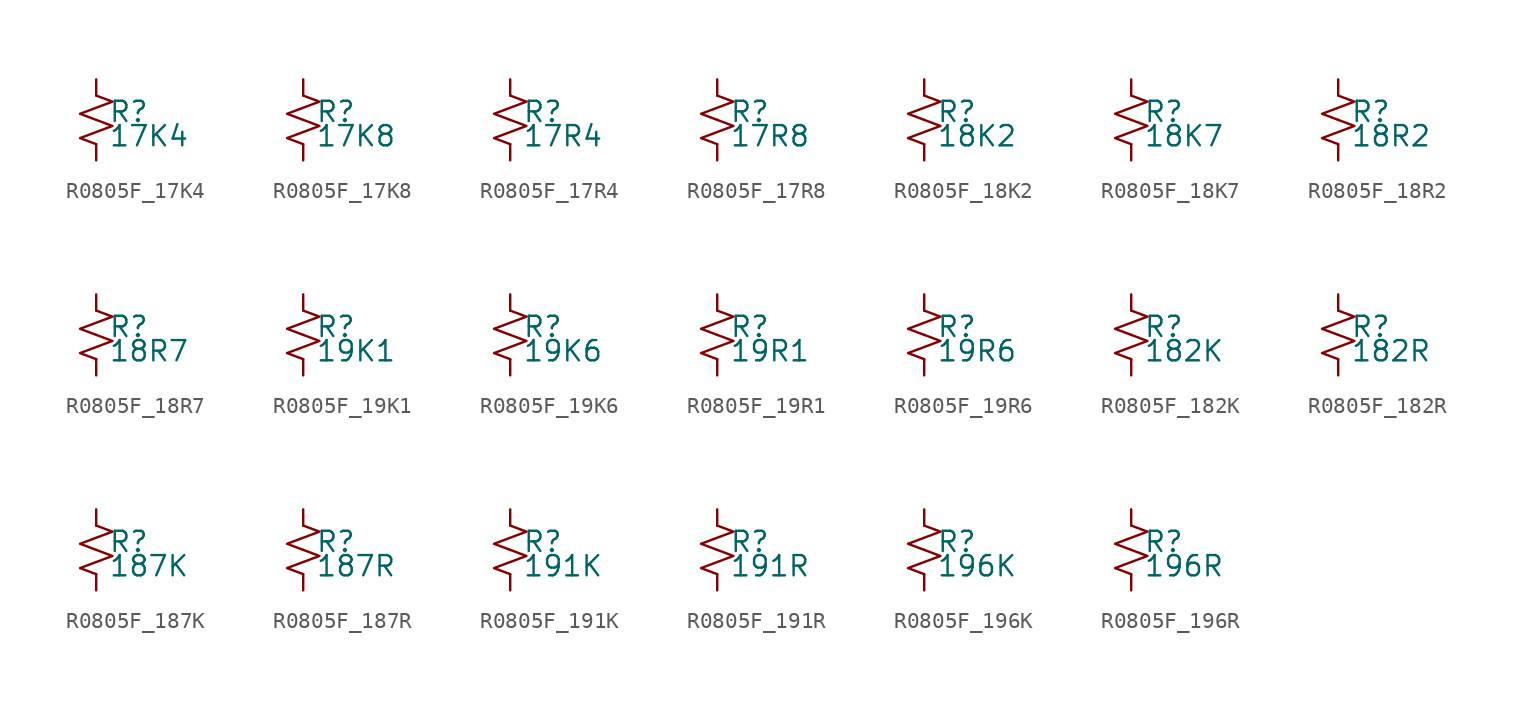
<source format=kicad_sym>
(kicad_symbol_lib
  (version 20220914)
  (generator kicad_symbol_editor)
  (symbol "R0805F_17K4"
    (pin_numbers hide)
    (pin_names
      (offset 0.254) hide)
    (property "Reference" "R"
      (at 0.762 0.508 0)
      (effects (font (size 1.27 1.27)) (justify left)))
    (property "Value" "17K4"
      (at 0.762 -1.016 0)
      (effects (font (size 1.27 1.27)) (justify left)))
    (symbol "R0805F_17K4_1_1"
      (polyline (pts (xy 0 0) (xy 1.016 -0.381) (xy 0 -0.762) (xy -1.016 -1.143) (xy 0 -1.524)) (stroke (width 0) (type default)) (fill (type none)))
      (polyline (pts (xy 0 1.524) (xy 1.016 1.143) (xy 0 0.762) (xy -1.016 0.381) (xy 0 0)) (stroke (width 0) (type default)) (fill (type none)))
      (pin passive line (at 0 2.54 270) (length 1.016) (name "~" (effects (font (size 1.27 1.27)))) (number "1" (effects (font (size 1.27 1.27)))))
      (pin passive line (at 0 -2.54 90) (length 1.016) (name "~" (effects (font (size 1.27 1.27)))) (number "2" (effects (font (size 1.27 1.27)))))))
  (symbol "R0805F_17K8"
    (pin_numbers hide)
    (pin_names
      (offset 0.254) hide)
    (property "Reference" "R"
      (at 0.762 0.508 0)
      (effects (font (size 1.27 1.27)) (justify left)))
    (property "Value" "17K8"
      (at 0.762 -1.016 0)
      (effects (font (size 1.27 1.27)) (justify left)))
    (symbol "R0805F_17K8_1_1"
      (polyline (pts (xy 0 0) (xy 1.016 -0.381) (xy 0 -0.762) (xy -1.016 -1.143) (xy 0 -1.524)) (stroke (width 0) (type default)) (fill (type none)))
      (polyline (pts (xy 0 1.524) (xy 1.016 1.143) (xy 0 0.762) (xy -1.016 0.381) (xy 0 0)) (stroke (width 0) (type default)) (fill (type none)))
      (pin passive line (at 0 2.54 270) (length 1.016) (name "~" (effects (font (size 1.27 1.27)))) (number "1" (effects (font (size 1.27 1.27)))))
      (pin passive line (at 0 -2.54 90) (length 1.016) (name "~" (effects (font (size 1.27 1.27)))) (number "2" (effects (font (size 1.27 1.27)))))))
  (symbol "R0805F_17R4"
    (pin_numbers hide)
    (pin_names
      (offset 0.254) hide)
    (property "Reference" "R"
      (at 0.762 0.508 0)
      (effects (font (size 1.27 1.27)) (justify left)))
    (property "Value" "17R4"
      (at 0.762 -1.016 0)
      (effects (font (size 1.27 1.27)) (justify left)))
    (symbol "R0805F_17R4_1_1"
      (polyline (pts (xy 0 0) (xy 1.016 -0.381) (xy 0 -0.762) (xy -1.016 -1.143) (xy 0 -1.524)) (stroke (width 0) (type default)) (fill (type none)))
      (polyline (pts (xy 0 1.524) (xy 1.016 1.143) (xy 0 0.762) (xy -1.016 0.381) (xy 0 0)) (stroke (width 0) (type default)) (fill (type none)))
      (pin passive line (at 0 2.54 270) (length 1.016) (name "~" (effects (font (size 1.27 1.27)))) (number "1" (effects (font (size 1.27 1.27)))))
      (pin passive line (at 0 -2.54 90) (length 1.016) (name "~" (effects (font (size 1.27 1.27)))) (number "2" (effects (font (size 1.27 1.27)))))))
  (symbol "R0805F_17R8"
    (pin_numbers hide)
    (pin_names
      (offset 0.254) hide)
    (property "Reference" "R"
      (at 0.762 0.508 0)
      (effects (font (size 1.27 1.27)) (justify left)))
    (property "Value" "17R8"
      (at 0.762 -1.016 0)
      (effects (font (size 1.27 1.27)) (justify left)))
    (symbol "R0805F_17R8_1_1"
      (polyline (pts (xy 0 0) (xy 1.016 -0.381) (xy 0 -0.762) (xy -1.016 -1.143) (xy 0 -1.524)) (stroke (width 0) (type default)) (fill (type none)))
      (polyline (pts (xy 0 1.524) (xy 1.016 1.143) (xy 0 0.762) (xy -1.016 0.381) (xy 0 0)) (stroke (width 0) (type default)) (fill (type none)))
      (pin passive line (at 0 2.54 270) (length 1.016) (name "~" (effects (font (size 1.27 1.27)))) (number "1" (effects (font (size 1.27 1.27)))))
      (pin passive line (at 0 -2.54 90) (length 1.016) (name "~" (effects (font (size 1.27 1.27)))) (number "2" (effects (font (size 1.27 1.27)))))))
  (symbol "R0805F_18K2"
    (pin_numbers hide)
    (pin_names
      (offset 0.254) hide)
    (property "Reference" "R"
      (at 0.762 0.508 0)
      (effects (font (size 1.27 1.27)) (justify left)))
    (property "Value" "18K2"
      (at 0.762 -1.016 0)
      (effects (font (size 1.27 1.27)) (justify left)))
    (symbol "R0805F_18K2_1_1"
      (polyline (pts (xy 0 0) (xy 1.016 -0.381) (xy 0 -0.762) (xy -1.016 -1.143) (xy 0 -1.524)) (stroke (width 0) (type default)) (fill (type none)))
      (polyline (pts (xy 0 1.524) (xy 1.016 1.143) (xy 0 0.762) (xy -1.016 0.381) (xy 0 0)) (stroke (width 0) (type default)) (fill (type none)))
      (pin passive line (at 0 2.54 270) (length 1.016) (name "~" (effects (font (size 1.27 1.27)))) (number "1" (effects (font (size 1.27 1.27)))))
      (pin passive line (at 0 -2.54 90) (length 1.016) (name "~" (effects (font (size 1.27 1.27)))) (number "2" (effects (font (size 1.27 1.27)))))))
  (symbol "R0805F_18K7"
    (pin_numbers hide)
    (pin_names
      (offset 0.254) hide)
    (property "Reference" "R"
      (at 0.762 0.508 0)
      (effects (font (size 1.27 1.27)) (justify left)))
    (property "Value" "18K7"
      (at 0.762 -1.016 0)
      (effects (font (size 1.27 1.27)) (justify left)))
    (symbol "R0805F_18K7_1_1"
      (polyline (pts (xy 0 0) (xy 1.016 -0.381) (xy 0 -0.762) (xy -1.016 -1.143) (xy 0 -1.524)) (stroke (width 0) (type default)) (fill (type none)))
      (polyline (pts (xy 0 1.524) (xy 1.016 1.143) (xy 0 0.762) (xy -1.016 0.381) (xy 0 0)) (stroke (width 0) (type default)) (fill (type none)))
      (pin passive line (at 0 2.54 270) (length 1.016) (name "~" (effects (font (size 1.27 1.27)))) (number "1" (effects (font (size 1.27 1.27)))))
      (pin passive line (at 0 -2.54 90) (length 1.016) (name "~" (effects (font (size 1.27 1.27)))) (number "2" (effects (font (size 1.27 1.27)))))))
  (symbol "R0805F_18R2"
    (pin_numbers hide)
    (pin_names
      (offset 0.254) hide)
    (property "Reference" "R"
      (at 0.762 0.508 0)
      (effects (font (size 1.27 1.27)) (justify left)))
    (property "Value" "18R2"
      (at 0.762 -1.016 0)
      (effects (font (size 1.27 1.27)) (justify left)))
    (symbol "R0805F_18R2_1_1"
      (polyline (pts (xy 0 0) (xy 1.016 -0.381) (xy 0 -0.762) (xy -1.016 -1.143) (xy 0 -1.524)) (stroke (width 0) (type default)) (fill (type none)))
      (polyline (pts (xy 0 1.524) (xy 1.016 1.143) (xy 0 0.762) (xy -1.016 0.381) (xy 0 0)) (stroke (width 0) (type default)) (fill (type none)))
      (pin passive line (at 0 2.54 270) (length 1.016) (name "~" (effects (font (size 1.27 1.27)))) (number "1" (effects (font (size 1.27 1.27)))))
      (pin passive line (at 0 -2.54 90) (length 1.016) (name "~" (effects (font (size 1.27 1.27)))) (number "2" (effects (font (size 1.27 1.27)))))))
  (symbol "R0805F_18R7"
    (pin_numbers hide)
    (pin_names
      (offset 0.254) hide)
    (property "Reference" "R"
      (at 0.762 0.508 0)
      (effects (font (size 1.27 1.27)) (justify left)))
    (property "Value" "18R7"
      (at 0.762 -1.016 0)
      (effects (font (size 1.27 1.27)) (justify left)))
    (symbol "R0805F_18R7_1_1"
      (polyline (pts (xy 0 0) (xy 1.016 -0.381) (xy 0 -0.762) (xy -1.016 -1.143) (xy 0 -1.524)) (stroke (width 0) (type default)) (fill (type none)))
      (polyline (pts (xy 0 1.524) (xy 1.016 1.143) (xy 0 0.762) (xy -1.016 0.381) (xy 0 0)) (stroke (width 0) (type default)) (fill (type none)))
      (pin passive line (at 0 2.54 270) (length 1.016) (name "~" (effects (font (size 1.27 1.27)))) (number "1" (effects (font (size 1.27 1.27)))))
      (pin passive line (at 0 -2.54 90) (length 1.016) (name "~" (effects (font (size 1.27 1.27)))) (number "2" (effects (font (size 1.27 1.27)))))))
  (symbol "R0805F_19K1"
    (pin_numbers hide)
    (pin_names
      (offset 0.254) hide)
    (property "Reference" "R"
      (at 0.762 0.508 0)
      (effects (font (size 1.27 1.27)) (justify left)))
    (property "Value" "19K1"
      (at 0.762 -1.016 0)
      (effects (font (size 1.27 1.27)) (justify left)))
    (symbol "R0805F_19K1_1_1"
      (polyline (pts (xy 0 0) (xy 1.016 -0.381) (xy 0 -0.762) (xy -1.016 -1.143) (xy 0 -1.524)) (stroke (width 0) (type default)) (fill (type none)))
      (polyline (pts (xy 0 1.524) (xy 1.016 1.143) (xy 0 0.762) (xy -1.016 0.381) (xy 0 0)) (stroke (width 0) (type default)) (fill (type none)))
      (pin passive line (at 0 2.54 270) (length 1.016) (name "~" (effects (font (size 1.27 1.27)))) (number "1" (effects (font (size 1.27 1.27)))))
      (pin passive line (at 0 -2.54 90) (length 1.016) (name "~" (effects (font (size 1.27 1.27)))) (number "2" (effects (font (size 1.27 1.27)))))))
  (symbol "R0805F_19K6"
    (pin_numbers hide)
    (pin_names
      (offset 0.254) hide)
    (property "Reference" "R"
      (at 0.762 0.508 0)
      (effects (font (size 1.27 1.27)) (justify left)))
    (property "Value" "19K6"
      (at 0.762 -1.016 0)
      (effects (font (size 1.27 1.27)) (justify left)))
    (symbol "R0805F_19K6_1_1"
      (polyline (pts (xy 0 0) (xy 1.016 -0.381) (xy 0 -0.762) (xy -1.016 -1.143) (xy 0 -1.524)) (stroke (width 0) (type default)) (fill (type none)))
      (polyline (pts (xy 0 1.524) (xy 1.016 1.143) (xy 0 0.762) (xy -1.016 0.381) (xy 0 0)) (stroke (width 0) (type default)) (fill (type none)))
      (pin passive line (at 0 2.54 270) (length 1.016) (name "~" (effects (font (size 1.27 1.27)))) (number "1" (effects (font (size 1.27 1.27)))))
      (pin passive line (at 0 -2.54 90) (length 1.016) (name "~" (effects (font (size 1.27 1.27)))) (number "2" (effects (font (size 1.27 1.27)))))))
  (symbol "R0805F_19R1"
    (pin_numbers hide)
    (pin_names
      (offset 0.254) hide)
    (property "Reference" "R"
      (at 0.762 0.508 0)
      (effects (font (size 1.27 1.27)) (justify left)))
    (property "Value" "19R1"
      (at 0.762 -1.016 0)
      (effects (font (size 1.27 1.27)) (justify left)))
    (symbol "R0805F_19R1_1_1"
      (polyline (pts (xy 0 0) (xy 1.016 -0.381) (xy 0 -0.762) (xy -1.016 -1.143) (xy 0 -1.524)) (stroke (width 0) (type default)) (fill (type none)))
      (polyline (pts (xy 0 1.524) (xy 1.016 1.143) (xy 0 0.762) (xy -1.016 0.381) (xy 0 0)) (stroke (width 0) (type default)) (fill (type none)))
      (pin passive line (at 0 2.54 270) (length 1.016) (name "~" (effects (font (size 1.27 1.27)))) (number "1" (effects (font (size 1.27 1.27)))))
      (pin passive line (at 0 -2.54 90) (length 1.016) (name "~" (effects (font (size 1.27 1.27)))) (number "2" (effects (font (size 1.27 1.27)))))))
  (symbol "R0805F_19R6"
    (pin_numbers hide)
    (pin_names
      (offset 0.254) hide)
    (property "Reference" "R"
      (at 0.762 0.508 0)
      (effects (font (size 1.27 1.27)) (justify left)))
    (property "Value" "19R6"
      (at 0.762 -1.016 0)
      (effects (font (size 1.27 1.27)) (justify left)))
    (symbol "R0805F_19R6_1_1"
      (polyline (pts (xy 0 0) (xy 1.016 -0.381) (xy 0 -0.762) (xy -1.016 -1.143) (xy 0 -1.524)) (stroke (width 0) (type default)) (fill (type none)))
      (polyline (pts (xy 0 1.524) (xy 1.016 1.143) (xy 0 0.762) (xy -1.016 0.381) (xy 0 0)) (stroke (width 0) (type default)) (fill (type none)))
      (pin passive line (at 0 2.54 270) (length 1.016) (name "~" (effects (font (size 1.27 1.27)))) (number "1" (effects (font (size 1.27 1.27)))))
      (pin passive line (at 0 -2.54 90) (length 1.016) (name "~" (effects (font (size 1.27 1.27)))) (number "2" (effects (font (size 1.27 1.27)))))))
  (symbol "R0805F_182K"
    (pin_numbers hide)
    (pin_names
      (offset 0.254) hide)
    (property "Reference" "R"
      (at 0.762 0.508 0)
      (effects (font (size 1.27 1.27)) (justify left)))
    (property "Value" "182K"
      (at 0.762 -1.016 0)
      (effects (font (size 1.27 1.27)) (justify left)))
    (symbol "R0805F_182K_1_1"
      (polyline (pts (xy 0 0) (xy 1.016 -0.381) (xy 0 -0.762) (xy -1.016 -1.143) (xy 0 -1.524)) (stroke (width 0) (type default)) (fill (type none)))
      (polyline (pts (xy 0 1.524) (xy 1.016 1.143) (xy 0 0.762) (xy -1.016 0.381) (xy 0 0)) (stroke (width 0) (type default)) (fill (type none)))
      (pin passive line (at 0 2.54 270) (length 1.016) (name "~" (effects (font (size 1.27 1.27)))) (number "1" (effects (font (size 1.27 1.27)))))
      (pin passive line (at 0 -2.54 90) (length 1.016) (name "~" (effects (font (size 1.27 1.27)))) (number "2" (effects (font (size 1.27 1.27)))))))
  (symbol "R0805F_182R"
    (pin_numbers hide)
    (pin_names
      (offset 0.254) hide)
    (property "Reference" "R"
      (at 0.762 0.508 0)
      (effects (font (size 1.27 1.27)) (justify left)))
    (property "Value" "182R"
      (at 0.762 -1.016 0)
      (effects (font (size 1.27 1.27)) (justify left)))
    (symbol "R0805F_182R_1_1"
      (polyline (pts (xy 0 0) (xy 1.016 -0.381) (xy 0 -0.762) (xy -1.016 -1.143) (xy 0 -1.524)) (stroke (width 0) (type default)) (fill (type none)))
      (polyline (pts (xy 0 1.524) (xy 1.016 1.143) (xy 0 0.762) (xy -1.016 0.381) (xy 0 0)) (stroke (width 0) (type default)) (fill (type none)))
      (pin passive line (at 0 2.54 270) (length 1.016) (name "~" (effects (font (size 1.27 1.27)))) (number "1" (effects (font (size 1.27 1.27)))))
      (pin passive line (at 0 -2.54 90) (length 1.016) (name "~" (effects (font (size 1.27 1.27)))) (number "2" (effects (font (size 1.27 1.27)))))))
  (symbol "R0805F_187K"
    (pin_numbers hide)
    (pin_names
      (offset 0.254) hide)
    (property "Reference" "R"
      (at 0.762 0.508 0)
      (effects (font (size 1.27 1.27)) (justify left)))
    (property "Value" "187K"
      (at 0.762 -1.016 0)
      (effects (font (size 1.27 1.27)) (justify left)))
    (symbol "R0805F_187K_1_1"
      (polyline (pts (xy 0 0) (xy 1.016 -0.381) (xy 0 -0.762) (xy -1.016 -1.143) (xy 0 -1.524)) (stroke (width 0) (type default)) (fill (type none)))
      (polyline (pts (xy 0 1.524) (xy 1.016 1.143) (xy 0 0.762) (xy -1.016 0.381) (xy 0 0)) (stroke (width 0) (type default)) (fill (type none)))
      (pin passive line (at 0 2.54 270) (length 1.016) (name "~" (effects (font (size 1.27 1.27)))) (number "1" (effects (font (size 1.27 1.27)))))
      (pin passive line (at 0 -2.54 90) (length 1.016) (name "~" (effects (font (size 1.27 1.27)))) (number "2" (effects (font (size 1.27 1.27)))))))
  (symbol "R0805F_187R"
    (pin_numbers hide)
    (pin_names
      (offset 0.254) hide)
    (property "Reference" "R"
      (at 0.762 0.508 0)
      (effects (font (size 1.27 1.27)) (justify left)))
    (property "Value" "187R"
      (at 0.762 -1.016 0)
      (effects (font (size 1.27 1.27)) (justify left)))
    (symbol "R0805F_187R_1_1"
      (polyline (pts (xy 0 0) (xy 1.016 -0.381) (xy 0 -0.762) (xy -1.016 -1.143) (xy 0 -1.524)) (stroke (width 0) (type default)) (fill (type none)))
      (polyline (pts (xy 0 1.524) (xy 1.016 1.143) (xy 0 0.762) (xy -1.016 0.381) (xy 0 0)) (stroke (width 0) (type default)) (fill (type none)))
      (pin passive line (at 0 2.54 270) (length 1.016) (name "~" (effects (font (size 1.27 1.27)))) (number "1" (effects (font (size 1.27 1.27)))))
      (pin passive line (at 0 -2.54 90) (length 1.016) (name "~" (effects (font (size 1.27 1.27)))) (number "2" (effects (font (size 1.27 1.27)))))))
  (symbol "R0805F_191K"
    (pin_numbers hide)
    (pin_names
      (offset 0.254) hide)
    (property "Reference" "R"
      (at 0.762 0.508 0)
      (effects (font (size 1.27 1.27)) (justify left)))
    (property "Value" "191K"
      (at 0.762 -1.016 0)
      (effects (font (size 1.27 1.27)) (justify left)))
    (symbol "R0805F_191K_1_1"
      (polyline (pts (xy 0 0) (xy 1.016 -0.381) (xy 0 -0.762) (xy -1.016 -1.143) (xy 0 -1.524)) (stroke (width 0) (type default)) (fill (type none)))
      (polyline (pts (xy 0 1.524) (xy 1.016 1.143) (xy 0 0.762) (xy -1.016 0.381) (xy 0 0)) (stroke (width 0) (type default)) (fill (type none)))
      (pin passive line (at 0 2.54 270) (length 1.016) (name "~" (effects (font (size 1.27 1.27)))) (number "1" (effects (font (size 1.27 1.27)))))
      (pin passive line (at 0 -2.54 90) (length 1.016) (name "~" (effects (font (size 1.27 1.27)))) (number "2" (effects (font (size 1.27 1.27)))))))
  (symbol "R0805F_191R"
    (pin_numbers hide)
    (pin_names
      (offset 0.254) hide)
    (property "Reference" "R"
      (at 0.762 0.508 0)
      (effects (font (size 1.27 1.27)) (justify left)))
    (property "Value" "191R"
      (at 0.762 -1.016 0)
      (effects (font (size 1.27 1.27)) (justify left)))
    (symbol "R0805F_191R_1_1"
      (polyline (pts (xy 0 0) (xy 1.016 -0.381) (xy 0 -0.762) (xy -1.016 -1.143) (xy 0 -1.524)) (stroke (width 0) (type default)) (fill (type none)))
      (polyline (pts (xy 0 1.524) (xy 1.016 1.143) (xy 0 0.762) (xy -1.016 0.381) (xy 0 0)) (stroke (width 0) (type default)) (fill (type none)))
      (pin passive line (at 0 2.54 270) (length 1.016) (name "~" (effects (font (size 1.27 1.27)))) (number "1" (effects (font (size 1.27 1.27)))))
      (pin passive line (at 0 -2.54 90) (length 1.016) (name "~" (effects (font (size 1.27 1.27)))) (number "2" (effects (font (size 1.27 1.27)))))))
  (symbol "R0805F_196K"
    (pin_numbers hide)
    (pin_names
      (offset 0.254) hide)
    (property "Reference" "R"
      (at 0.762 0.508 0)
      (effects (font (size 1.27 1.27)) (justify left)))
    (property "Value" "196K"
      (at 0.762 -1.016 0)
      (effects (font (size 1.27 1.27)) (justify left)))
    (symbol "R0805F_196K_1_1"
      (polyline (pts (xy 0 0) (xy 1.016 -0.381) (xy 0 -0.762) (xy -1.016 -1.143) (xy 0 -1.524)) (stroke (width 0) (type default)) (fill (type none)))
      (polyline (pts (xy 0 1.524) (xy 1.016 1.143) (xy 0 0.762) (xy -1.016 0.381) (xy 0 0)) (stroke (width 0) (type default)) (fill (type none)))
      (pin passive line (at 0 2.54 270) (length 1.016) (name "~" (effects (font (size 1.27 1.27)))) (number "1" (effects (font (size 1.27 1.27)))))
      (pin passive line (at 0 -2.54 90) (length 1.016) (name "~" (effects (font (size 1.27 1.27)))) (number "2" (effects (font (size 1.27 1.27)))))))
  (symbol "R0805F_196R"
    (pin_numbers hide)
    (pin_names
      (offset 0.254) hide)
    (property "Reference" "R"
      (at 0.762 0.508 0)
      (effects (font (size 1.27 1.27)) (justify left)))
    (property "Value" "196R"
      (at 0.762 -1.016 0)
      (effects (font (size 1.27 1.27)) (justify left)))
    (symbol "R0805F_196R_1_1"
      (polyline (pts (xy 0 0) (xy 1.016 -0.381) (xy 0 -0.762) (xy -1.016 -1.143) (xy 0 -1.524)) (stroke (width 0) (type default)) (fill (type none)))
      (polyline (pts (xy 0 1.524) (xy 1.016 1.143) (xy 0 0.762) (xy -1.016 0.381) (xy 0 0)) (stroke (width 0) (type default)) (fill (type none)))
      (pin passive line (at 0 2.54 270) (length 1.016) (name "~" (effects (font (size 1.27 1.27)))) (number "1" (effects (font (size 1.27 1.27)))))
      (pin passive line (at 0 -2.54 90) (length 1.016) (name "~" (effects (font (size 1.27 1.27)))) (number "2" (effects (font (size 1.27 1.27))))))))
</source>
